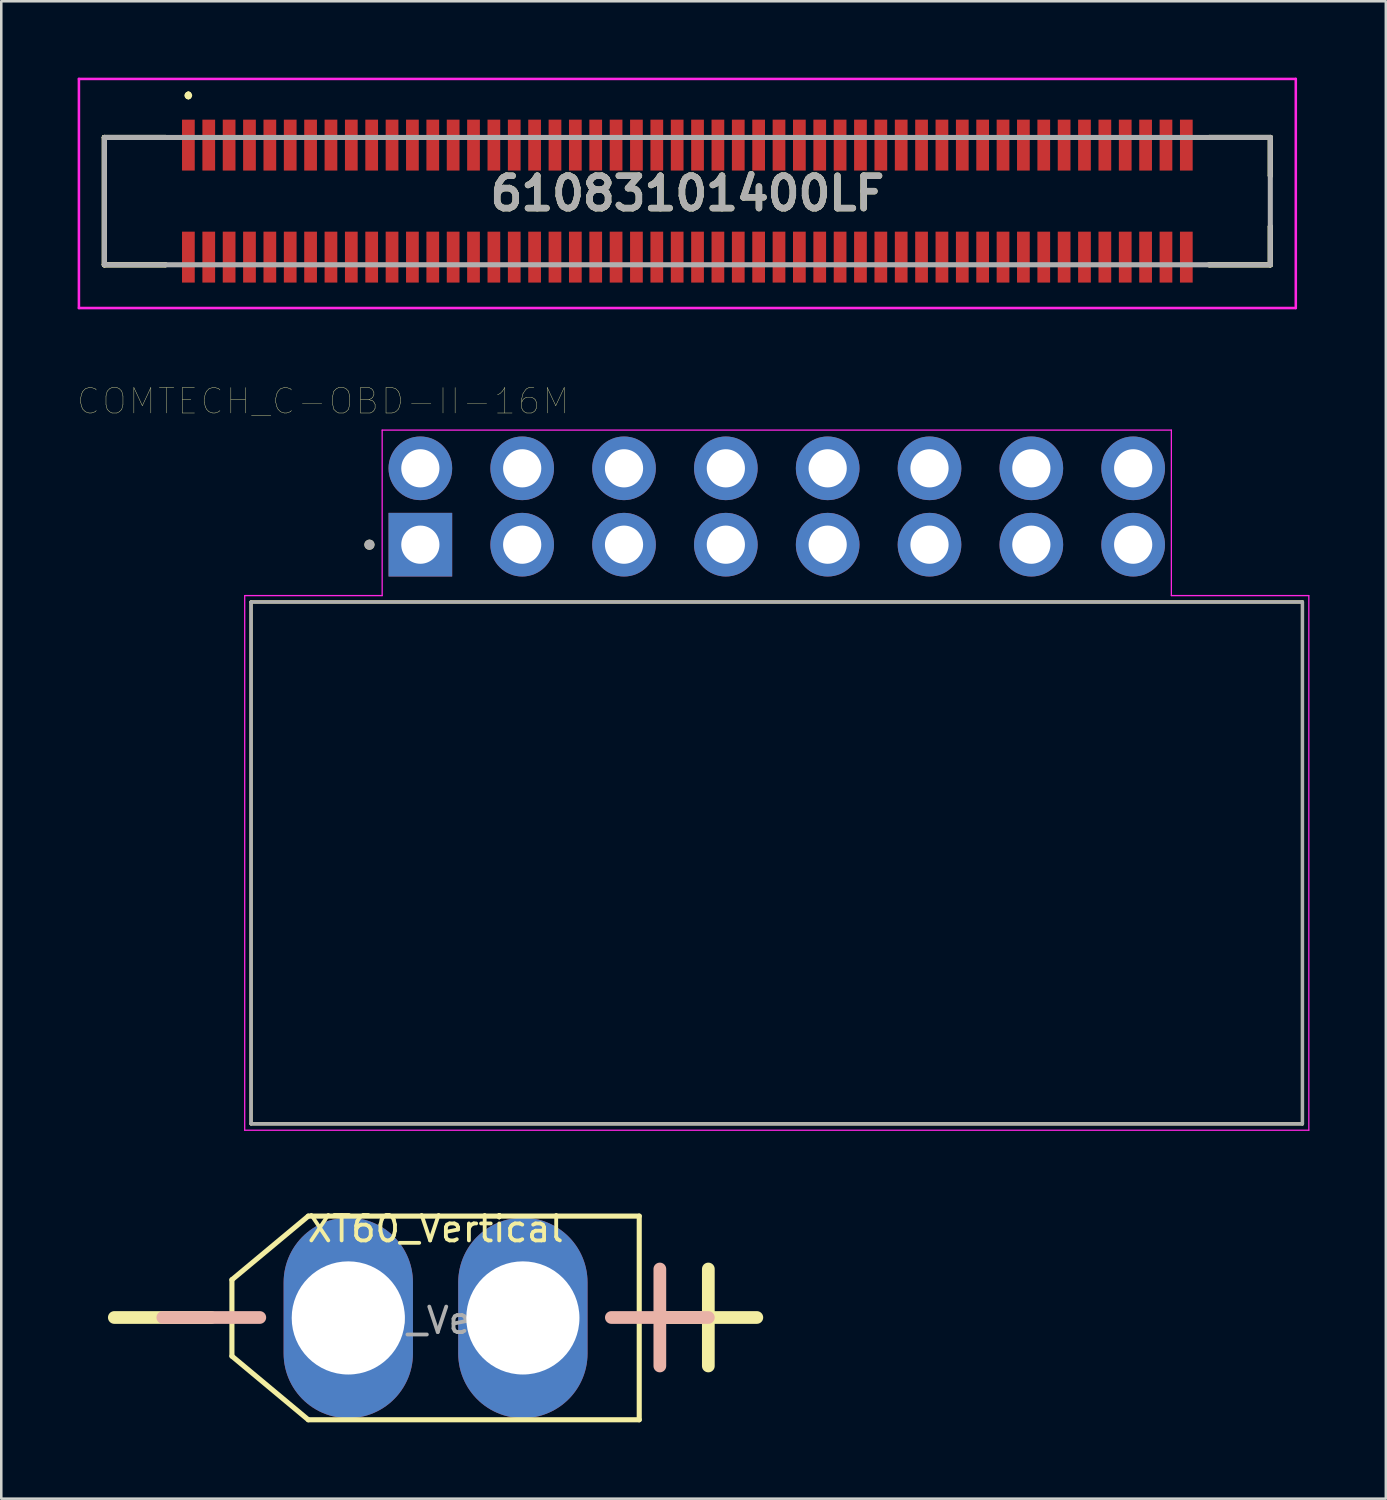
<source format=kicad_pcb>
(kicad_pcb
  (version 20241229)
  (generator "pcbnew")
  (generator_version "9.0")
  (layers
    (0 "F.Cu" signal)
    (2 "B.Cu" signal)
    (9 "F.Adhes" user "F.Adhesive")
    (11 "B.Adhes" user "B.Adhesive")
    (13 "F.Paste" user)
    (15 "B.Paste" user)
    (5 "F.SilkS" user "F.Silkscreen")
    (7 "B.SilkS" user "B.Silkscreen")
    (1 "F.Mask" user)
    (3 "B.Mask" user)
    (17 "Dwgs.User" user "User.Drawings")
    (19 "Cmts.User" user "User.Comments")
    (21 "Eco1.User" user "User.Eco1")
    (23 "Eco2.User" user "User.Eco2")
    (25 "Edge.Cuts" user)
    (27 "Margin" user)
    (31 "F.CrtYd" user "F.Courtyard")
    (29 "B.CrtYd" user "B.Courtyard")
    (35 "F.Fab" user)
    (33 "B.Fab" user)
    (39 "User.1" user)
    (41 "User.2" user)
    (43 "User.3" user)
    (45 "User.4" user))
  (footprint "XT60_Vertical"
    (layer "F.Cu")
    (at 14.06 48.72)
    (property "Reference" "XT60_Vertical" (at 0 -3.5 0) (unlocked yes) (layer "F.SilkS") (effects (font (size 1 1) (thickness 0.15))))
    (fp_line (start -8 1.5) (end -8 -1.5) (stroke (width 0.2) (type solid)) (layer "F.SilkS"))
    (fp_line (start -5 -4) (end -8 -1.5) (stroke (width 0.2) (type solid)) (layer "F.SilkS"))
    (fp_line (start -5 -4) (end 8 -4) (stroke (width 0.2) (type solid)) (layer "F.SilkS"))
    (fp_line (start -5 4) (end -8 1.5) (stroke (width 0.2) (type solid)) (layer "F.SilkS"))
    (fp_line (start 8 -4) (end 8 4) (stroke (width 0.2) (type solid)) (layer "F.SilkS"))
    (fp_line (start 8 4) (end -5 4) (stroke (width 0.2) (type solid)) (layer "F.SilkS"))
    (fp_text user "-    +" (at 0 -0.4 0) (unlocked yes) (layer "F.SilkS") (effects (font (size 5 5) (thickness 0.5))))
    (fp_text user "-   +" (at 0 -0.4 0) (unlocked yes) (layer "B.SilkS") (effects (font (size 5 5) (thickness 0.5))))
    (fp_text user "${REFERENCE}" (at 0.3 0.1 0) (unlocked yes) (layer "F.Fab") (effects (font (size 1 1) (thickness 0.15))))
    (pad "1" thru_hole oval (at -3.429 0) (size 5.08 7.874) (drill 4.445) (layers "*.Cu" "*.Mask"))
    (pad "2" thru_hole oval (at 3.429 0) (size 5.08 7.874) (drill 4.445) (layers "*.Cu" "*.Mask")))
  (footprint "COMTECH_C-OBD-II-16M"
    (layer "F.Cu")
    (at 13.462 18.346)
    (property "Reference" "COMTECH_C-OBD-II-16M" (at -3.825 -5.635 0) (layer "F.SilkS") (effects (font (size 1 1) (thickness 0.015))))
    (attr through_hole)
    (fp_line (start -6.65 2.25) (end 34.65 2.25) (stroke (width 0.127) (type solid)) (layer "F.SilkS"))
    (fp_line (start -6.65 22.75) (end -6.65 2.25) (stroke (width 0.127) (type solid)) (layer "F.SilkS"))
    (fp_line (start 34.65 2.25) (end 34.65 22.75) (stroke (width 0.127) (type solid)) (layer "F.SilkS"))
    (fp_line (start 34.65 22.75) (end -6.65 22.75) (stroke (width 0.127) (type solid)) (layer "F.SilkS"))
    (fp_circle (center -2 0) (end -1.9 0) (stroke (width 0.2) (type solid)) (fill no) (layer "F.SilkS"))
    (fp_line (start -6.9 2) (end -6.9 23) (stroke (width 0.05) (type solid)) (layer "F.CrtYd"))
    (fp_line (start -6.9 23) (end 34.9 23) (stroke (width 0.05) (type solid)) (layer "F.CrtYd"))
    (fp_line (start -1.5 -4.5) (end -1.5 2) (stroke (width 0.05) (type solid)) (layer "F.CrtYd"))
    (fp_line (start -1.5 2) (end -6.9 2) (stroke (width 0.05) (type solid)) (layer "F.CrtYd"))
    (fp_line (start 29.5 -4.5) (end -1.5 -4.5) (stroke (width 0.05) (type solid)) (layer "F.CrtYd"))
    (fp_line (start 29.5 2) (end 29.5 -4.5) (stroke (width 0.05) (type solid)) (layer "F.CrtYd"))
    (fp_line (start 34.9 2) (end 29.5 2) (stroke (width 0.05) (type solid)) (layer "F.CrtYd"))
    (fp_line (start 34.9 23) (end 34.9 2) (stroke (width 0.05) (type solid)) (layer "F.CrtYd"))
    (fp_line (start -6.65 2.25) (end 34.65 2.25) (stroke (width 0.127) (type solid)) (layer "F.Fab"))
    (fp_line (start -6.65 22.75) (end -6.65 2.25) (stroke (width 0.127) (type solid)) (layer "F.Fab"))
    (fp_line (start 34.65 2.25) (end 34.65 22.75) (stroke (width 0.127) (type solid)) (layer "F.Fab"))
    (fp_line (start 34.65 22.75) (end -6.65 22.75) (stroke (width 0.127) (type solid)) (layer "F.Fab"))
    (fp_circle (center -2 0) (end -1.9 0) (stroke (width 0.2) (type solid)) (fill no) (layer "F.Fab"))
    (pad "1" thru_hole rect (at 0 0) (size 2.5 2.5) (drill 1.5) (layers "*.Cu" "*.Mask"))
    (pad "2" thru_hole circle (at 4 0) (size 2.5 2.5) (drill 1.5) (layers "*.Cu" "*.Mask"))
    (pad "3" thru_hole circle (at 8 0) (size 2.5 2.5) (drill 1.5) (layers "*.Cu" "*.Mask"))
    (pad "4" thru_hole circle (at 12 0) (size 2.5 2.5) (drill 1.5) (layers "*.Cu" "*.Mask"))
    (pad "5" thru_hole circle (at 16 0) (size 2.5 2.5) (drill 1.5) (layers "*.Cu" "*.Mask"))
    (pad "6" thru_hole circle (at 20 0) (size 2.5 2.5) (drill 1.5) (layers "*.Cu" "*.Mask"))
    (pad "7" thru_hole circle (at 24 0) (size 2.5 2.5) (drill 1.5) (layers "*.Cu" "*.Mask"))
    (pad "8" thru_hole circle (at 28 0) (size 2.5 2.5) (drill 1.5) (layers "*.Cu" "*.Mask"))
    (pad "9" thru_hole circle (at 0 -3) (size 2.5 2.5) (drill 1.5) (layers "*.Cu" "*.Mask"))
    (pad "10" thru_hole circle (at 4 -3) (size 2.5 2.5) (drill 1.5) (layers "*.Cu" "*.Mask"))
    (pad "11" thru_hole circle (at 8 -3) (size 2.5 2.5) (drill 1.5) (layers "*.Cu" "*.Mask"))
    (pad "12" thru_hole circle (at 12 -3) (size 2.5 2.5) (drill 1.5) (layers "*.Cu" "*.Mask"))
    (pad "13" thru_hole circle (at 16 -3) (size 2.5 2.5) (drill 1.5) (layers "*.Cu" "*.Mask"))
    (pad "14" thru_hole circle (at 20 -3) (size 2.5 2.5) (drill 1.5) (layers "*.Cu" "*.Mask"))
    (pad "15" thru_hole circle (at 24 -3) (size 2.5 2.5) (drill 1.5) (layers "*.Cu" "*.Mask"))
    (pad "16" thru_hole circle (at 28 -3) (size 2.5 2.5) (drill 1.5) (layers "*.Cu" "*.Mask")))
  (footprint "61083101400LF"
    (layer "F.Cu")
    (at 23.95 4.85)
    (property "Reference" "61083101400LF" (at 0 -0.3 0) (layer "F.SilkS") (effects (font (size 1.27 1.27) (thickness 0.254))))
    (attr through_hole)
    (fp_line (start -22.9 -2.5) (end -22.9 -2.5) (stroke (width 0.2) (type solid)) (layer "F.SilkS"))
    (fp_line (start -22.9 -2.5) (end -22.9 -2.5) (stroke (width 0.2) (type solid)) (layer "F.SilkS"))
    (fp_line (start -22.9 -2.5) (end -22.9 2.5) (stroke (width 0.2) (type solid)) (layer "F.SilkS"))
    (fp_line (start -22.9 -2.5) (end -20.5 -2.5) (stroke (width 0.2) (type solid)) (layer "F.SilkS"))
    (fp_line (start -22.9 2.5) (end -22.9 -2.5) (stroke (width 0.2) (type solid)) (layer "F.SilkS"))
    (fp_line (start -22.9 2.5) (end -22.9 2.5) (stroke (width 0.2) (type solid)) (layer "F.SilkS"))
    (fp_line (start -22.9 2.5) (end -22.9 2.5) (stroke (width 0.2) (type solid)) (layer "F.SilkS"))
    (fp_line (start -22.9 2.5) (end -20.5 2.5) (stroke (width 0.2) (type solid)) (layer "F.SilkS"))
    (fp_line (start -20.5 -2.5) (end -22.9 -2.5) (stroke (width 0.2) (type solid)) (layer "F.SilkS"))
    (fp_line (start -20.5 -2.5) (end -20.5 -2.5) (stroke (width 0.2) (type solid)) (layer "F.SilkS"))
    (fp_line (start -20.5 2.5) (end -22.9 2.5) (stroke (width 0.2) (type solid)) (layer "F.SilkS"))
    (fp_line (start -20.5 2.5) (end -20.5 2.5) (stroke (width 0.2) (type solid)) (layer "F.SilkS"))
    (fp_line (start -19.6 -4.2) (end -19.6 -4.2) (stroke (width 0.2) (type solid)) (layer "F.SilkS"))
    (fp_line (start -19.6 -4.2) (end -19.6 -4.2) (stroke (width 0.2) (type solid)) (layer "F.SilkS"))
    (fp_line (start -19.6 -4.1) (end -19.6 -4.1) (stroke (width 0.2) (type solid)) (layer "F.SilkS"))
    (fp_line (start 20.5 -2.5) (end 20.5 -2.5) (stroke (width 0.2) (type solid)) (layer "F.SilkS"))
    (fp_line (start 20.5 -2.5) (end 22.9 -2.5) (stroke (width 0.2) (type solid)) (layer "F.SilkS"))
    (fp_line (start 20.5 2.5) (end 20.5 2.5) (stroke (width 0.2) (type solid)) (layer "F.SilkS"))
    (fp_line (start 20.5 2.5) (end 22.9 2.5) (stroke (width 0.2) (type solid)) (layer "F.SilkS"))
    (fp_line (start 22.9 -2.5) (end 20.5 -2.5) (stroke (width 0.2) (type solid)) (layer "F.SilkS"))
    (fp_line (start 22.9 -2.5) (end 22.9 -2.5) (stroke (width 0.2) (type solid)) (layer "F.SilkS"))
    (fp_line (start 22.9 -2.5) (end 22.9 -2.5) (stroke (width 0.2) (type solid)) (layer "F.SilkS"))
    (fp_line (start 22.9 -2.5) (end 22.9 -1) (stroke (width 0.2) (type solid)) (layer "F.SilkS"))
    (fp_line (start 22.9 -1) (end 22.9 -2.5) (stroke (width 0.2) (type solid)) (layer "F.SilkS"))
    (fp_line (start 22.9 -1) (end 22.9 -1) (stroke (width 0.2) (type solid)) (layer "F.SilkS"))
    (fp_line (start 22.9 1) (end 22.9 1) (stroke (width 0.2) (type solid)) (layer "F.SilkS"))
    (fp_line (start 22.9 1) (end 22.9 2.5) (stroke (width 0.2) (type solid)) (layer "F.SilkS"))
    (fp_line (start 22.9 2.5) (end 20.5 2.5) (stroke (width 0.2) (type solid)) (layer "F.SilkS"))
    (fp_line (start 22.9 2.5) (end 22.9 1) (stroke (width 0.2) (type solid)) (layer "F.SilkS"))
    (fp_line (start 22.9 2.5) (end 22.9 2.5) (stroke (width 0.2) (type solid)) (layer "F.SilkS"))
    (fp_line (start 22.9 2.5) (end 22.9 2.5) (stroke (width 0.2) (type solid)) (layer "F.SilkS"))
    (fp_arc (start -19.6 -4.2) (mid -19.55 -4.15) (end -19.6 -4.1) (stroke (width 0.2) (type solid)) (layer "F.SilkS"))
    (fp_arc (start -19.6 -4.1) (mid -19.65 -4.15) (end -19.6 -4.2) (stroke (width 0.2) (type solid)) (layer "F.SilkS"))
    (fp_arc (start -19.6 -4.1) (mid -19.65 -4.15) (end -19.6 -4.2) (stroke (width 0.2) (type solid)) (layer "F.SilkS"))
    (fp_line (start -23.9 -4.8) (end 23.9 -4.8) (stroke (width 0.1) (type solid)) (layer "F.CrtYd"))
    (fp_line (start -23.9 4.2) (end -23.9 -4.8) (stroke (width 0.1) (type solid)) (layer "F.CrtYd"))
    (fp_line (start 23.9 -4.8) (end 23.9 4.2) (stroke (width 0.1) (type solid)) (layer "F.CrtYd"))
    (fp_line (start 23.9 4.2) (end -23.9 4.2) (stroke (width 0.1) (type solid)) (layer "F.CrtYd"))
    (fp_line (start -22.9 -2.5) (end -22.9 2.5) (stroke (width 0.2) (type solid)) (layer "F.Fab"))
    (fp_line (start -22.9 2.5) (end 22.9 2.5) (stroke (width 0.2) (type solid)) (layer "F.Fab"))
    (fp_line (start 22.9 -2.5) (end -22.9 -2.5) (stroke (width 0.2) (type solid)) (layer "F.Fab"))
    (fp_line (start 22.9 2.5) (end 22.9 -2.5) (stroke (width 0.2) (type solid)) (layer "F.Fab"))
    (fp_text user "${REFERENCE}" (at 0 -0.3 0) (layer "F.Fab") (effects (font (size 1.27 1.27) (thickness 0.254))))
    (pad "" np_thru_hole circle (at -22.1 0) (size 0.001 0.001) (drill 0.8) (layers "*.Cu" "*.Mask"))
    (pad "" np_thru_hole circle (at 22.1 0) (size 0.001 0.001) (drill 1.2) (layers "*.Cu" "*.Mask"))
    (pad "1" smd rect (at -19.6 -2.2) (size 0.5 2) (layers "F.Cu" "F.Mask" "F.Paste"))
    (pad "2" smd rect (at -19.6 2.2) (size 0.5 2) (layers "F.Cu" "F.Mask" "F.Paste"))
    (pad "3" smd rect (at -18.8 -2.2) (size 0.5 2) (layers "F.Cu" "F.Mask" "F.Paste"))
    (pad "4" smd rect (at -18.8 2.2) (size 0.5 2) (layers "F.Cu" "F.Mask" "F.Paste"))
    (pad "5" smd rect (at -18 -2.2) (size 0.5 2) (layers "F.Cu" "F.Mask" "F.Paste"))
    (pad "6" smd rect (at -18 2.2) (size 0.5 2) (layers "F.Cu" "F.Mask" "F.Paste"))
    (pad "7" smd rect (at -17.2 -2.2) (size 0.5 2) (layers "F.Cu" "F.Mask" "F.Paste"))
    (pad "8" smd rect (at -17.2 2.2) (size 0.5 2) (layers "F.Cu" "F.Mask" "F.Paste"))
    (pad "9" smd rect (at -16.4 -2.2) (size 0.5 2) (layers "F.Cu" "F.Mask" "F.Paste"))
    (pad "10" smd rect (at -16.4 2.2) (size 0.5 2) (layers "F.Cu" "F.Mask" "F.Paste"))
    (pad "11" smd rect (at -15.6 -2.2) (size 0.5 2) (layers "F.Cu" "F.Mask" "F.Paste"))
    (pad "12" smd rect (at -15.6 2.2) (size 0.5 2) (layers "F.Cu" "F.Mask" "F.Paste"))
    (pad "13" smd rect (at -14.8 -2.2) (size 0.5 2) (layers "F.Cu" "F.Mask" "F.Paste"))
    (pad "14" smd rect (at -14.8 2.2) (size 0.5 2) (layers "F.Cu" "F.Mask" "F.Paste"))
    (pad "15" smd rect (at -14 -2.2) (size 0.5 2) (layers "F.Cu" "F.Mask" "F.Paste"))
    (pad "16" smd rect (at -14 2.2) (size 0.5 2) (layers "F.Cu" "F.Mask" "F.Paste"))
    (pad "17" smd rect (at -13.2 -2.2) (size 0.5 2) (layers "F.Cu" "F.Mask" "F.Paste"))
    (pad "18" smd rect (at -13.2 2.2) (size 0.5 2) (layers "F.Cu" "F.Mask" "F.Paste"))
    (pad "19" smd rect (at -12.4 -2.2) (size 0.5 2) (layers "F.Cu" "F.Mask" "F.Paste"))
    (pad "20" smd rect (at -12.4 2.2) (size 0.5 2) (layers "F.Cu" "F.Mask" "F.Paste"))
    (pad "21" smd rect (at -11.6 -2.2) (size 0.5 2) (layers "F.Cu" "F.Mask" "F.Paste"))
    (pad "22" smd rect (at -11.6 2.2) (size 0.5 2) (layers "F.Cu" "F.Mask" "F.Paste"))
    (pad "23" smd rect (at -10.8 -2.2) (size 0.5 2) (layers "F.Cu" "F.Mask" "F.Paste"))
    (pad "24" smd rect (at -10.8 2.2) (size 0.5 2) (layers "F.Cu" "F.Mask" "F.Paste"))
    (pad "25" smd rect (at -10 -2.2) (size 0.5 2) (layers "F.Cu" "F.Mask" "F.Paste"))
    (pad "26" smd rect (at -10 2.2) (size 0.5 2) (layers "F.Cu" "F.Mask" "F.Paste"))
    (pad "27" smd rect (at -9.2 -2.2) (size 0.5 2) (layers "F.Cu" "F.Mask" "F.Paste"))
    (pad "28" smd rect (at -9.2 2.2) (size 0.5 2) (layers "F.Cu" "F.Mask" "F.Paste"))
    (pad "29" smd rect (at -8.4 -2.2) (size 0.5 2) (layers "F.Cu" "F.Mask" "F.Paste"))
    (pad "30" smd rect (at -8.4 2.2) (size 0.5 2) (layers "F.Cu" "F.Mask" "F.Paste"))
    (pad "31" smd rect (at -7.6 -2.2) (size 0.5 2) (layers "F.Cu" "F.Mask" "F.Paste"))
    (pad "32" smd rect (at -7.6 2.2) (size 0.5 2) (layers "F.Cu" "F.Mask" "F.Paste"))
    (pad "33" smd rect (at -6.8 -2.2) (size 0.5 2) (layers "F.Cu" "F.Mask" "F.Paste"))
    (pad "34" smd rect (at -6.8 2.2) (size 0.5 2) (layers "F.Cu" "F.Mask" "F.Paste"))
    (pad "35" smd rect (at -6 -2.2) (size 0.5 2) (layers "F.Cu" "F.Mask" "F.Paste"))
    (pad "36" smd rect (at -6 2.2) (size 0.5 2) (layers "F.Cu" "F.Mask" "F.Paste"))
    (pad "37" smd rect (at -5.2 -2.2) (size 0.5 2) (layers "F.Cu" "F.Mask" "F.Paste"))
    (pad "38" smd rect (at -5.2 2.2) (size 0.5 2) (layers "F.Cu" "F.Mask" "F.Paste"))
    (pad "39" smd rect (at -4.4 -2.2) (size 0.5 2) (layers "F.Cu" "F.Mask" "F.Paste"))
    (pad "40" smd rect (at -4.4 2.2) (size 0.5 2) (layers "F.Cu" "F.Mask" "F.Paste"))
    (pad "41" smd rect (at -3.6 -2.2) (size 0.5 2) (layers "F.Cu" "F.Mask" "F.Paste"))
    (pad "42" smd rect (at -3.6 2.2) (size 0.5 2) (layers "F.Cu" "F.Mask" "F.Paste"))
    (pad "43" smd rect (at -2.8 -2.2) (size 0.5 2) (layers "F.Cu" "F.Mask" "F.Paste"))
    (pad "44" smd rect (at -2.8 2.2) (size 0.5 2) (layers "F.Cu" "F.Mask" "F.Paste"))
    (pad "45" smd rect (at -2 -2.2) (size 0.5 2) (layers "F.Cu" "F.Mask" "F.Paste"))
    (pad "46" smd rect (at -2 2.2) (size 0.5 2) (layers "F.Cu" "F.Mask" "F.Paste"))
    (pad "47" smd rect (at -1.2 -2.2) (size 0.5 2) (layers "F.Cu" "F.Mask" "F.Paste"))
    (pad "48" smd rect (at -1.2 2.2) (size 0.5 2) (layers "F.Cu" "F.Mask" "F.Paste"))
    (pad "49" smd rect (at -0.4 -2.2) (size 0.5 2) (layers "F.Cu" "F.Mask" "F.Paste"))
    (pad "50" smd rect (at -0.4 2.2) (size 0.5 2) (layers "F.Cu" "F.Mask" "F.Paste"))
    (pad "51" smd rect (at 0.4 -2.2) (size 0.5 2) (layers "F.Cu" "F.Mask" "F.Paste"))
    (pad "52" smd rect (at 0.4 2.2) (size 0.5 2) (layers "F.Cu" "F.Mask" "F.Paste"))
    (pad "53" smd rect (at 1.2 -2.2) (size 0.5 2) (layers "F.Cu" "F.Mask" "F.Paste"))
    (pad "54" smd rect (at 1.2 2.2) (size 0.5 2) (layers "F.Cu" "F.Mask" "F.Paste"))
    (pad "55" smd rect (at 2 -2.2) (size 0.5 2) (layers "F.Cu" "F.Mask" "F.Paste"))
    (pad "56" smd rect (at 2 2.2) (size 0.5 2) (layers "F.Cu" "F.Mask" "F.Paste"))
    (pad "57" smd rect (at 2.8 -2.2) (size 0.5 2) (layers "F.Cu" "F.Mask" "F.Paste"))
    (pad "58" smd rect (at 2.8 2.2) (size 0.5 2) (layers "F.Cu" "F.Mask" "F.Paste"))
    (pad "59" smd rect (at 3.6 -2.2) (size 0.5 2) (layers "F.Cu" "F.Mask" "F.Paste"))
    (pad "60" smd rect (at 3.6 2.2) (size 0.5 2) (layers "F.Cu" "F.Mask" "F.Paste"))
    (pad "61" smd rect (at 4.4 -2.2) (size 0.5 2) (layers "F.Cu" "F.Mask" "F.Paste"))
    (pad "62" smd rect (at 4.4 2.2) (size 0.5 2) (layers "F.Cu" "F.Mask" "F.Paste"))
    (pad "63" smd rect (at 5.2 -2.2) (size 0.5 2) (layers "F.Cu" "F.Mask" "F.Paste"))
    (pad "64" smd rect (at 5.2 2.2) (size 0.5 2) (layers "F.Cu" "F.Mask" "F.Paste"))
    (pad "65" smd rect (at 6 -2.2) (size 0.5 2) (layers "F.Cu" "F.Mask" "F.Paste"))
    (pad "66" smd rect (at 6 2.2) (size 0.5 2) (layers "F.Cu" "F.Mask" "F.Paste"))
    (pad "67" smd rect (at 6.8 -2.2) (size 0.5 2) (layers "F.Cu" "F.Mask" "F.Paste"))
    (pad "68" smd rect (at 6.8 2.2) (size 0.5 2) (layers "F.Cu" "F.Mask" "F.Paste"))
    (pad "69" smd rect (at 7.6 -2.2) (size 0.5 2) (layers "F.Cu" "F.Mask" "F.Paste"))
    (pad "70" smd rect (at 7.6 2.2) (size 0.5 2) (layers "F.Cu" "F.Mask" "F.Paste"))
    (pad "71" smd rect (at 8.4 -2.2) (size 0.5 2) (layers "F.Cu" "F.Mask" "F.Paste"))
    (pad "72" smd rect (at 8.4 2.2) (size 0.5 2) (layers "F.Cu" "F.Mask" "F.Paste"))
    (pad "73" smd rect (at 9.2 -2.2) (size 0.5 2) (layers "F.Cu" "F.Mask" "F.Paste"))
    (pad "74" smd rect (at 9.2 2.2) (size 0.5 2) (layers "F.Cu" "F.Mask" "F.Paste"))
    (pad "75" smd rect (at 10 -2.2) (size 0.5 2) (layers "F.Cu" "F.Mask" "F.Paste"))
    (pad "76" smd rect (at 10 2.2) (size 0.5 2) (layers "F.Cu" "F.Mask" "F.Paste"))
    (pad "77" smd rect (at 10.8 -2.2) (size 0.5 2) (layers "F.Cu" "F.Mask" "F.Paste"))
    (pad "78" smd rect (at 10.8 2.2) (size 0.5 2) (layers "F.Cu" "F.Mask" "F.Paste"))
    (pad "79" smd rect (at 11.6 -2.2) (size 0.5 2) (layers "F.Cu" "F.Mask" "F.Paste"))
    (pad "80" smd rect (at 11.6 2.2) (size 0.5 2) (layers "F.Cu" "F.Mask" "F.Paste"))
    (pad "81" smd rect (at 12.4 -2.2) (size 0.5 2) (layers "F.Cu" "F.Mask" "F.Paste"))
    (pad "82" smd rect (at 12.4 2.2) (size 0.5 2) (layers "F.Cu" "F.Mask" "F.Paste"))
    (pad "83" smd rect (at 13.2 -2.2) (size 0.5 2) (layers "F.Cu" "F.Mask" "F.Paste"))
    (pad "84" smd rect (at 13.2 2.2) (size 0.5 2) (layers "F.Cu" "F.Mask" "F.Paste"))
    (pad "85" smd rect (at 14 -2.2) (size 0.5 2) (layers "F.Cu" "F.Mask" "F.Paste"))
    (pad "86" smd rect (at 14 2.2) (size 0.5 2) (layers "F.Cu" "F.Mask" "F.Paste"))
    (pad "87" smd rect (at 14.8 -2.2) (size 0.5 2) (layers "F.Cu" "F.Mask" "F.Paste"))
    (pad "88" smd rect (at 14.8 2.2) (size 0.5 2) (layers "F.Cu" "F.Mask" "F.Paste"))
    (pad "89" smd rect (at 15.6 -2.2) (size 0.5 2) (layers "F.Cu" "F.Mask" "F.Paste"))
    (pad "90" smd rect (at 15.6 2.2) (size 0.5 2) (layers "F.Cu" "F.Mask" "F.Paste"))
    (pad "91" smd rect (at 16.4 -2.2) (size 0.5 2) (layers "F.Cu" "F.Mask" "F.Paste"))
    (pad "92" smd rect (at 16.4 2.2) (size 0.5 2) (layers "F.Cu" "F.Mask" "F.Paste"))
    (pad "93" smd rect (at 17.2 -2.2) (size 0.5 2) (layers "F.Cu" "F.Mask" "F.Paste"))
    (pad "94" smd rect (at 17.2 2.2) (size 0.5 2) (layers "F.Cu" "F.Mask" "F.Paste"))
    (pad "95" smd rect (at 18 -2.2) (size 0.5 2) (layers "F.Cu" "F.Mask" "F.Paste"))
    (pad "96" smd rect (at 18 2.2) (size 0.5 2) (layers "F.Cu" "F.Mask" "F.Paste"))
    (pad "97" smd rect (at 18.8 -2.2) (size 0.5 2) (layers "F.Cu" "F.Mask" "F.Paste"))
    (pad "98" smd rect (at 18.8 2.2) (size 0.5 2) (layers "F.Cu" "F.Mask" "F.Paste"))
    (pad "99" smd rect (at 19.6 -2.2) (size 0.5 2) (layers "F.Cu" "F.Mask" "F.Paste"))
    (pad "100" smd rect (at 19.6 2.2) (size 0.5 2) (layers "F.Cu" "F.Mask" "F.Paste")))
  (gr_rect
    (start -3 -3)
    (end 51.387 55.82)
    (stroke (width 0.1) (type default))
    (fill no)
    (layer "Edge.Cuts")))
</source>
